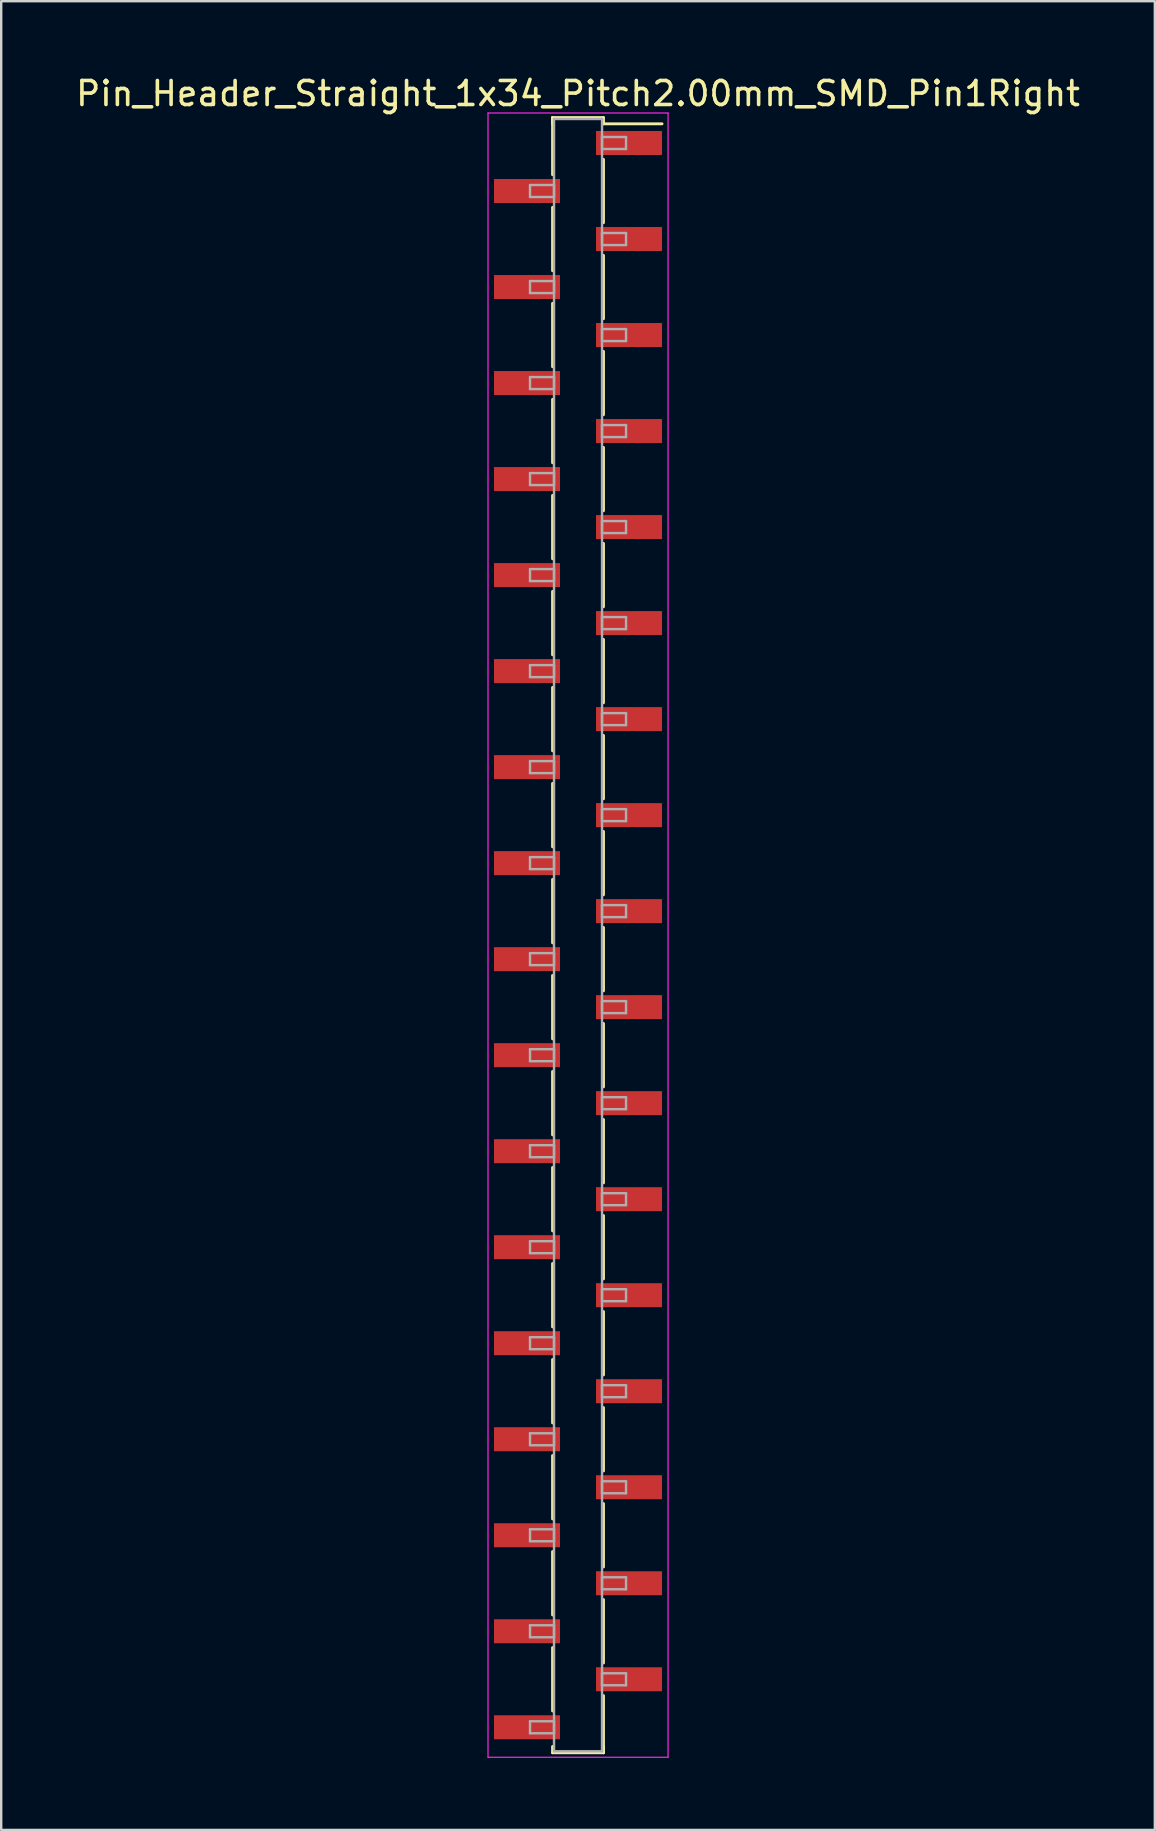
<source format=kicad_pcb>
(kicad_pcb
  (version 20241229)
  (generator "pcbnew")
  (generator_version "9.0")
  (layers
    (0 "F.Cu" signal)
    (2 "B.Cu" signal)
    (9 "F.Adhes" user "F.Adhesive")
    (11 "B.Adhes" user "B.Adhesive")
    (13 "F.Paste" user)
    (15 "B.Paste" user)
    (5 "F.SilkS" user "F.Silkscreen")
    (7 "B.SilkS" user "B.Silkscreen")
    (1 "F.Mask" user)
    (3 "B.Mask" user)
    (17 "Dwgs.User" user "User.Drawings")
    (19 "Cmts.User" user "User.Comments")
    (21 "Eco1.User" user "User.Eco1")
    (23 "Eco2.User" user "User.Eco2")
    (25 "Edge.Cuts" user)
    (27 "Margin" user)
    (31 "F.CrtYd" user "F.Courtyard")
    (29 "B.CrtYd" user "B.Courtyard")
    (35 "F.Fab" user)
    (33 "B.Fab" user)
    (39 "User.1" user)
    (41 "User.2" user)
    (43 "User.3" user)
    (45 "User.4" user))
  (footprint "Pin_Header_Straight_1x34_Pitch2.00mm_SMD_Pin1Right"
    (layer "F.Cu")
    (at 21.03 35.908)
    (property "Reference" "Pin_Header_Straight_1x34_Pitch2.00mm_SMD_Pin1Right" (at 0 -35.06 0) (layer "F.SilkS") (effects (font (size 1 1) (thickness 0.15))))
    (attr smd)
    (fp_line (start -1.06 -34.06) (end -1.06 -31.68) (stroke (width 0.12) (type solid)) (layer "F.SilkS"))
    (fp_line (start -1.06 -34.06) (end 1.06 -34.06) (stroke (width 0.12) (type solid)) (layer "F.SilkS"))
    (fp_line (start -1.06 -33.8) (end -1.06 -34.06) (stroke (width 0.12) (type solid)) (layer "F.SilkS"))
    (fp_line (start -1.06 -30.32) (end -1.06 -27.68) (stroke (width 0.12) (type solid)) (layer "F.SilkS"))
    (fp_line (start -1.06 -26.32) (end -1.06 -23.68) (stroke (width 0.12) (type solid)) (layer "F.SilkS"))
    (fp_line (start -1.06 -22.32) (end -1.06 -19.68) (stroke (width 0.12) (type solid)) (layer "F.SilkS"))
    (fp_line (start -1.06 -18.32) (end -1.06 -15.68) (stroke (width 0.12) (type solid)) (layer "F.SilkS"))
    (fp_line (start -1.06 -14.32) (end -1.06 -11.68) (stroke (width 0.12) (type solid)) (layer "F.SilkS"))
    (fp_line (start -1.06 -10.32) (end -1.06 -7.68) (stroke (width 0.12) (type solid)) (layer "F.SilkS"))
    (fp_line (start -1.06 -6.32) (end -1.06 -3.68) (stroke (width 0.12) (type solid)) (layer "F.SilkS"))
    (fp_line (start -1.06 -2.32) (end -1.06 0.32) (stroke (width 0.12) (type solid)) (layer "F.SilkS"))
    (fp_line (start -1.06 1.68) (end -1.06 4.32) (stroke (width 0.12) (type solid)) (layer "F.SilkS"))
    (fp_line (start -1.06 5.68) (end -1.06 8.32) (stroke (width 0.12) (type solid)) (layer "F.SilkS"))
    (fp_line (start -1.06 9.68) (end -1.06 12.32) (stroke (width 0.12) (type solid)) (layer "F.SilkS"))
    (fp_line (start -1.06 13.68) (end -1.06 16.32) (stroke (width 0.12) (type solid)) (layer "F.SilkS"))
    (fp_line (start -1.06 17.68) (end -1.06 20.32) (stroke (width 0.12) (type solid)) (layer "F.SilkS"))
    (fp_line (start -1.06 21.68) (end -1.06 24.32) (stroke (width 0.12) (type solid)) (layer "F.SilkS"))
    (fp_line (start -1.06 25.68) (end -1.06 28.32) (stroke (width 0.12) (type solid)) (layer "F.SilkS"))
    (fp_line (start -1.06 29.68) (end -1.06 32.32) (stroke (width 0.12) (type solid)) (layer "F.SilkS"))
    (fp_line (start -1.06 33.8) (end -1.06 34.06) (stroke (width 0.12) (type solid)) (layer "F.SilkS"))
    (fp_line (start -1.06 34.06) (end 1.06 34.06) (stroke (width 0.12) (type solid)) (layer "F.SilkS"))
    (fp_line (start 1.06 -34.06) (end 1.06 -33.8) (stroke (width 0.12) (type solid)) (layer "F.SilkS"))
    (fp_line (start 1.06 -33.8) (end 3.5 -33.8) (stroke (width 0.12) (type solid)) (layer "F.SilkS"))
    (fp_line (start 1.06 -32.32) (end 1.06 -29.68) (stroke (width 0.12) (type solid)) (layer "F.SilkS"))
    (fp_line (start 1.06 -28.32) (end 1.06 -25.68) (stroke (width 0.12) (type solid)) (layer "F.SilkS"))
    (fp_line (start 1.06 -24.32) (end 1.06 -21.68) (stroke (width 0.12) (type solid)) (layer "F.SilkS"))
    (fp_line (start 1.06 -20.32) (end 1.06 -17.68) (stroke (width 0.12) (type solid)) (layer "F.SilkS"))
    (fp_line (start 1.06 -16.32) (end 1.06 -13.68) (stroke (width 0.12) (type solid)) (layer "F.SilkS"))
    (fp_line (start 1.06 -12.32) (end 1.06 -9.68) (stroke (width 0.12) (type solid)) (layer "F.SilkS"))
    (fp_line (start 1.06 -8.32) (end 1.06 -5.68) (stroke (width 0.12) (type solid)) (layer "F.SilkS"))
    (fp_line (start 1.06 -4.32) (end 1.06 -1.68) (stroke (width 0.12) (type solid)) (layer "F.SilkS"))
    (fp_line (start 1.06 -0.32) (end 1.06 2.32) (stroke (width 0.12) (type solid)) (layer "F.SilkS"))
    (fp_line (start 1.06 3.68) (end 1.06 6.32) (stroke (width 0.12) (type solid)) (layer "F.SilkS"))
    (fp_line (start 1.06 7.68) (end 1.06 10.32) (stroke (width 0.12) (type solid)) (layer "F.SilkS"))
    (fp_line (start 1.06 11.68) (end 1.06 14.32) (stroke (width 0.12) (type solid)) (layer "F.SilkS"))
    (fp_line (start 1.06 15.68) (end 1.06 18.32) (stroke (width 0.12) (type solid)) (layer "F.SilkS"))
    (fp_line (start 1.06 19.68) (end 1.06 22.32) (stroke (width 0.12) (type solid)) (layer "F.SilkS"))
    (fp_line (start 1.06 23.68) (end 1.06 26.32) (stroke (width 0.12) (type solid)) (layer "F.SilkS"))
    (fp_line (start 1.06 27.68) (end 1.06 30.32) (stroke (width 0.12) (type solid)) (layer "F.SilkS"))
    (fp_line (start 1.06 31.68) (end 1.06 34.06) (stroke (width 0.12) (type solid)) (layer "F.SilkS"))
    (fp_line (start 1.06 34.06) (end 1.06 33.8) (stroke (width 0.12) (type solid)) (layer "F.SilkS"))
    (fp_line (start -3.75 -34.25) (end -3.75 34.25) (stroke (width 0.05) (type solid)) (layer "F.CrtYd"))
    (fp_line (start -3.75 34.25) (end 3.75 34.25) (stroke (width 0.05) (type solid)) (layer "F.CrtYd"))
    (fp_line (start 3.75 -34.25) (end -3.75 -34.25) (stroke (width 0.05) (type solid)) (layer "F.CrtYd"))
    (fp_line (start 3.75 34.25) (end 3.75 -34.25) (stroke (width 0.05) (type solid)) (layer "F.CrtYd"))
    (fp_line (start -2 -31.25) (end -1 -31.25) (stroke (width 0.1) (type solid)) (layer "F.Fab"))
    (fp_line (start -2 -30.75) (end -2 -31.25) (stroke (width 0.1) (type solid)) (layer "F.Fab"))
    (fp_line (start -2 -27.25) (end -1 -27.25) (stroke (width 0.1) (type solid)) (layer "F.Fab"))
    (fp_line (start -2 -26.75) (end -2 -27.25) (stroke (width 0.1) (type solid)) (layer "F.Fab"))
    (fp_line (start -2 -23.25) (end -1 -23.25) (stroke (width 0.1) (type solid)) (layer "F.Fab"))
    (fp_line (start -2 -22.75) (end -2 -23.25) (stroke (width 0.1) (type solid)) (layer "F.Fab"))
    (fp_line (start -2 -19.25) (end -1 -19.25) (stroke (width 0.1) (type solid)) (layer "F.Fab"))
    (fp_line (start -2 -18.75) (end -2 -19.25) (stroke (width 0.1) (type solid)) (layer "F.Fab"))
    (fp_line (start -2 -15.25) (end -1 -15.25) (stroke (width 0.1) (type solid)) (layer "F.Fab"))
    (fp_line (start -2 -14.75) (end -2 -15.25) (stroke (width 0.1) (type solid)) (layer "F.Fab"))
    (fp_line (start -2 -11.25) (end -1 -11.25) (stroke (width 0.1) (type solid)) (layer "F.Fab"))
    (fp_line (start -2 -10.75) (end -2 -11.25) (stroke (width 0.1) (type solid)) (layer "F.Fab"))
    (fp_line (start -2 -7.25) (end -1 -7.25) (stroke (width 0.1) (type solid)) (layer "F.Fab"))
    (fp_line (start -2 -6.75) (end -2 -7.25) (stroke (width 0.1) (type solid)) (layer "F.Fab"))
    (fp_line (start -2 -3.25) (end -1 -3.25) (stroke (width 0.1) (type solid)) (layer "F.Fab"))
    (fp_line (start -2 -2.75) (end -2 -3.25) (stroke (width 0.1) (type solid)) (layer "F.Fab"))
    (fp_line (start -2 0.75) (end -1 0.75) (stroke (width 0.1) (type solid)) (layer "F.Fab"))
    (fp_line (start -2 1.25) (end -2 0.75) (stroke (width 0.1) (type solid)) (layer "F.Fab"))
    (fp_line (start -2 4.75) (end -1 4.75) (stroke (width 0.1) (type solid)) (layer "F.Fab"))
    (fp_line (start -2 5.25) (end -2 4.75) (stroke (width 0.1) (type solid)) (layer "F.Fab"))
    (fp_line (start -2 8.75) (end -1 8.75) (stroke (width 0.1) (type solid)) (layer "F.Fab"))
    (fp_line (start -2 9.25) (end -2 8.75) (stroke (width 0.1) (type solid)) (layer "F.Fab"))
    (fp_line (start -2 12.75) (end -1 12.75) (stroke (width 0.1) (type solid)) (layer "F.Fab"))
    (fp_line (start -2 13.25) (end -2 12.75) (stroke (width 0.1) (type solid)) (layer "F.Fab"))
    (fp_line (start -2 16.75) (end -1 16.75) (stroke (width 0.1) (type solid)) (layer "F.Fab"))
    (fp_line (start -2 17.25) (end -2 16.75) (stroke (width 0.1) (type solid)) (layer "F.Fab"))
    (fp_line (start -2 20.75) (end -1 20.75) (stroke (width 0.1) (type solid)) (layer "F.Fab"))
    (fp_line (start -2 21.25) (end -2 20.75) (stroke (width 0.1) (type solid)) (layer "F.Fab"))
    (fp_line (start -2 24.75) (end -1 24.75) (stroke (width 0.1) (type solid)) (layer "F.Fab"))
    (fp_line (start -2 25.25) (end -2 24.75) (stroke (width 0.1) (type solid)) (layer "F.Fab"))
    (fp_line (start -2 28.75) (end -1 28.75) (stroke (width 0.1) (type solid)) (layer "F.Fab"))
    (fp_line (start -2 29.25) (end -2 28.75) (stroke (width 0.1) (type solid)) (layer "F.Fab"))
    (fp_line (start -2 32.75) (end -1 32.75) (stroke (width 0.1) (type solid)) (layer "F.Fab"))
    (fp_line (start -2 33.25) (end -2 32.75) (stroke (width 0.1) (type solid)) (layer "F.Fab"))
    (fp_line (start -1 -34) (end -1 34) (stroke (width 0.1) (type solid)) (layer "F.Fab"))
    (fp_line (start -1 -31.25) (end -1 -30.75) (stroke (width 0.1) (type solid)) (layer "F.Fab"))
    (fp_line (start -1 -30.75) (end -2 -30.75) (stroke (width 0.1) (type solid)) (layer "F.Fab"))
    (fp_line (start -1 -27.25) (end -1 -26.75) (stroke (width 0.1) (type solid)) (layer "F.Fab"))
    (fp_line (start -1 -26.75) (end -2 -26.75) (stroke (width 0.1) (type solid)) (layer "F.Fab"))
    (fp_line (start -1 -23.25) (end -1 -22.75) (stroke (width 0.1) (type solid)) (layer "F.Fab"))
    (fp_line (start -1 -22.75) (end -2 -22.75) (stroke (width 0.1) (type solid)) (layer "F.Fab"))
    (fp_line (start -1 -19.25) (end -1 -18.75) (stroke (width 0.1) (type solid)) (layer "F.Fab"))
    (fp_line (start -1 -18.75) (end -2 -18.75) (stroke (width 0.1) (type solid)) (layer "F.Fab"))
    (fp_line (start -1 -15.25) (end -1 -14.75) (stroke (width 0.1) (type solid)) (layer "F.Fab"))
    (fp_line (start -1 -14.75) (end -2 -14.75) (stroke (width 0.1) (type solid)) (layer "F.Fab"))
    (fp_line (start -1 -11.25) (end -1 -10.75) (stroke (width 0.1) (type solid)) (layer "F.Fab"))
    (fp_line (start -1 -10.75) (end -2 -10.75) (stroke (width 0.1) (type solid)) (layer "F.Fab"))
    (fp_line (start -1 -7.25) (end -1 -6.75) (stroke (width 0.1) (type solid)) (layer "F.Fab"))
    (fp_line (start -1 -6.75) (end -2 -6.75) (stroke (width 0.1) (type solid)) (layer "F.Fab"))
    (fp_line (start -1 -3.25) (end -1 -2.75) (stroke (width 0.1) (type solid)) (layer "F.Fab"))
    (fp_line (start -1 -2.75) (end -2 -2.75) (stroke (width 0.1) (type solid)) (layer "F.Fab"))
    (fp_line (start -1 0.75) (end -1 1.25) (stroke (width 0.1) (type solid)) (layer "F.Fab"))
    (fp_line (start -1 1.25) (end -2 1.25) (stroke (width 0.1) (type solid)) (layer "F.Fab"))
    (fp_line (start -1 4.75) (end -1 5.25) (stroke (width 0.1) (type solid)) (layer "F.Fab"))
    (fp_line (start -1 5.25) (end -2 5.25) (stroke (width 0.1) (type solid)) (layer "F.Fab"))
    (fp_line (start -1 8.75) (end -1 9.25) (stroke (width 0.1) (type solid)) (layer "F.Fab"))
    (fp_line (start -1 9.25) (end -2 9.25) (stroke (width 0.1) (type solid)) (layer "F.Fab"))
    (fp_line (start -1 12.75) (end -1 13.25) (stroke (width 0.1) (type solid)) (layer "F.Fab"))
    (fp_line (start -1 13.25) (end -2 13.25) (stroke (width 0.1) (type solid)) (layer "F.Fab"))
    (fp_line (start -1 16.75) (end -1 17.25) (stroke (width 0.1) (type solid)) (layer "F.Fab"))
    (fp_line (start -1 17.25) (end -2 17.25) (stroke (width 0.1) (type solid)) (layer "F.Fab"))
    (fp_line (start -1 20.75) (end -1 21.25) (stroke (width 0.1) (type solid)) (layer "F.Fab"))
    (fp_line (start -1 21.25) (end -2 21.25) (stroke (width 0.1) (type solid)) (layer "F.Fab"))
    (fp_line (start -1 24.75) (end -1 25.25) (stroke (width 0.1) (type solid)) (layer "F.Fab"))
    (fp_line (start -1 25.25) (end -2 25.25) (stroke (width 0.1) (type solid)) (layer "F.Fab"))
    (fp_line (start -1 28.75) (end -1 29.25) (stroke (width 0.1) (type solid)) (layer "F.Fab"))
    (fp_line (start -1 29.25) (end -2 29.25) (stroke (width 0.1) (type solid)) (layer "F.Fab"))
    (fp_line (start -1 32.75) (end -1 33.25) (stroke (width 0.1) (type solid)) (layer "F.Fab"))
    (fp_line (start -1 33.25) (end -2 33.25) (stroke (width 0.1) (type solid)) (layer "F.Fab"))
    (fp_line (start -1 34) (end 1 34) (stroke (width 0.1) (type solid)) (layer "F.Fab"))
    (fp_line (start 1 -34) (end -1 -34) (stroke (width 0.1) (type solid)) (layer "F.Fab"))
    (fp_line (start 1 -33.25) (end 1 -32.75) (stroke (width 0.1) (type solid)) (layer "F.Fab"))
    (fp_line (start 1 -32.75) (end 2 -32.75) (stroke (width 0.1) (type solid)) (layer "F.Fab"))
    (fp_line (start 1 -29.25) (end 1 -28.75) (stroke (width 0.1) (type solid)) (layer "F.Fab"))
    (fp_line (start 1 -28.75) (end 2 -28.75) (stroke (width 0.1) (type solid)) (layer "F.Fab"))
    (fp_line (start 1 -25.25) (end 1 -24.75) (stroke (width 0.1) (type solid)) (layer "F.Fab"))
    (fp_line (start 1 -24.75) (end 2 -24.75) (stroke (width 0.1) (type solid)) (layer "F.Fab"))
    (fp_line (start 1 -21.25) (end 1 -20.75) (stroke (width 0.1) (type solid)) (layer "F.Fab"))
    (fp_line (start 1 -20.75) (end 2 -20.75) (stroke (width 0.1) (type solid)) (layer "F.Fab"))
    (fp_line (start 1 -17.25) (end 1 -16.75) (stroke (width 0.1) (type solid)) (layer "F.Fab"))
    (fp_line (start 1 -16.75) (end 2 -16.75) (stroke (width 0.1) (type solid)) (layer "F.Fab"))
    (fp_line (start 1 -13.25) (end 1 -12.75) (stroke (width 0.1) (type solid)) (layer "F.Fab"))
    (fp_line (start 1 -12.75) (end 2 -12.75) (stroke (width 0.1) (type solid)) (layer "F.Fab"))
    (fp_line (start 1 -9.25) (end 1 -8.75) (stroke (width 0.1) (type solid)) (layer "F.Fab"))
    (fp_line (start 1 -8.75) (end 2 -8.75) (stroke (width 0.1) (type solid)) (layer "F.Fab"))
    (fp_line (start 1 -5.25) (end 1 -4.75) (stroke (width 0.1) (type solid)) (layer "F.Fab"))
    (fp_line (start 1 -4.75) (end 2 -4.75) (stroke (width 0.1) (type solid)) (layer "F.Fab"))
    (fp_line (start 1 -1.25) (end 1 -0.75) (stroke (width 0.1) (type solid)) (layer "F.Fab"))
    (fp_line (start 1 -0.75) (end 2 -0.75) (stroke (width 0.1) (type solid)) (layer "F.Fab"))
    (fp_line (start 1 2.75) (end 1 3.25) (stroke (width 0.1) (type solid)) (layer "F.Fab"))
    (fp_line (start 1 3.25) (end 2 3.25) (stroke (width 0.1) (type solid)) (layer "F.Fab"))
    (fp_line (start 1 6.75) (end 1 7.25) (stroke (width 0.1) (type solid)) (layer "F.Fab"))
    (fp_line (start 1 7.25) (end 2 7.25) (stroke (width 0.1) (type solid)) (layer "F.Fab"))
    (fp_line (start 1 10.75) (end 1 11.25) (stroke (width 0.1) (type solid)) (layer "F.Fab"))
    (fp_line (start 1 11.25) (end 2 11.25) (stroke (width 0.1) (type solid)) (layer "F.Fab"))
    (fp_line (start 1 14.75) (end 1 15.25) (stroke (width 0.1) (type solid)) (layer "F.Fab"))
    (fp_line (start 1 15.25) (end 2 15.25) (stroke (width 0.1) (type solid)) (layer "F.Fab"))
    (fp_line (start 1 18.75) (end 1 19.25) (stroke (width 0.1) (type solid)) (layer "F.Fab"))
    (fp_line (start 1 19.25) (end 2 19.25) (stroke (width 0.1) (type solid)) (layer "F.Fab"))
    (fp_line (start 1 22.75) (end 1 23.25) (stroke (width 0.1) (type solid)) (layer "F.Fab"))
    (fp_line (start 1 23.25) (end 2 23.25) (stroke (width 0.1) (type solid)) (layer "F.Fab"))
    (fp_line (start 1 26.75) (end 1 27.25) (stroke (width 0.1) (type solid)) (layer "F.Fab"))
    (fp_line (start 1 27.25) (end 2 27.25) (stroke (width 0.1) (type solid)) (layer "F.Fab"))
    (fp_line (start 1 30.75) (end 1 31.25) (stroke (width 0.1) (type solid)) (layer "F.Fab"))
    (fp_line (start 1 31.25) (end 2 31.25) (stroke (width 0.1) (type solid)) (layer "F.Fab"))
    (fp_line (start 1 34) (end 1 -34) (stroke (width 0.1) (type solid)) (layer "F.Fab"))
    (fp_line (start 2 -33.25) (end 1 -33.25) (stroke (width 0.1) (type solid)) (layer "F.Fab"))
    (fp_line (start 2 -32.75) (end 2 -33.25) (stroke (width 0.1) (type solid)) (layer "F.Fab"))
    (fp_line (start 2 -29.25) (end 1 -29.25) (stroke (width 0.1) (type solid)) (layer "F.Fab"))
    (fp_line (start 2 -28.75) (end 2 -29.25) (stroke (width 0.1) (type solid)) (layer "F.Fab"))
    (fp_line (start 2 -25.25) (end 1 -25.25) (stroke (width 0.1) (type solid)) (layer "F.Fab"))
    (fp_line (start 2 -24.75) (end 2 -25.25) (stroke (width 0.1) (type solid)) (layer "F.Fab"))
    (fp_line (start 2 -21.25) (end 1 -21.25) (stroke (width 0.1) (type solid)) (layer "F.Fab"))
    (fp_line (start 2 -20.75) (end 2 -21.25) (stroke (width 0.1) (type solid)) (layer "F.Fab"))
    (fp_line (start 2 -17.25) (end 1 -17.25) (stroke (width 0.1) (type solid)) (layer "F.Fab"))
    (fp_line (start 2 -16.75) (end 2 -17.25) (stroke (width 0.1) (type solid)) (layer "F.Fab"))
    (fp_line (start 2 -13.25) (end 1 -13.25) (stroke (width 0.1) (type solid)) (layer "F.Fab"))
    (fp_line (start 2 -12.75) (end 2 -13.25) (stroke (width 0.1) (type solid)) (layer "F.Fab"))
    (fp_line (start 2 -9.25) (end 1 -9.25) (stroke (width 0.1) (type solid)) (layer "F.Fab"))
    (fp_line (start 2 -8.75) (end 2 -9.25) (stroke (width 0.1) (type solid)) (layer "F.Fab"))
    (fp_line (start 2 -5.25) (end 1 -5.25) (stroke (width 0.1) (type solid)) (layer "F.Fab"))
    (fp_line (start 2 -4.75) (end 2 -5.25) (stroke (width 0.1) (type solid)) (layer "F.Fab"))
    (fp_line (start 2 -1.25) (end 1 -1.25) (stroke (width 0.1) (type solid)) (layer "F.Fab"))
    (fp_line (start 2 -0.75) (end 2 -1.25) (stroke (width 0.1) (type solid)) (layer "F.Fab"))
    (fp_line (start 2 2.75) (end 1 2.75) (stroke (width 0.1) (type solid)) (layer "F.Fab"))
    (fp_line (start 2 3.25) (end 2 2.75) (stroke (width 0.1) (type solid)) (layer "F.Fab"))
    (fp_line (start 2 6.75) (end 1 6.75) (stroke (width 0.1) (type solid)) (layer "F.Fab"))
    (fp_line (start 2 7.25) (end 2 6.75) (stroke (width 0.1) (type solid)) (layer "F.Fab"))
    (fp_line (start 2 10.75) (end 1 10.75) (stroke (width 0.1) (type solid)) (layer "F.Fab"))
    (fp_line (start 2 11.25) (end 2 10.75) (stroke (width 0.1) (type solid)) (layer "F.Fab"))
    (fp_line (start 2 14.75) (end 1 14.75) (stroke (width 0.1) (type solid)) (layer "F.Fab"))
    (fp_line (start 2 15.25) (end 2 14.75) (stroke (width 0.1) (type solid)) (layer "F.Fab"))
    (fp_line (start 2 18.75) (end 1 18.75) (stroke (width 0.1) (type solid)) (layer "F.Fab"))
    (fp_line (start 2 19.25) (end 2 18.75) (stroke (width 0.1) (type solid)) (layer "F.Fab"))
    (fp_line (start 2 22.75) (end 1 22.75) (stroke (width 0.1) (type solid)) (layer "F.Fab"))
    (fp_line (start 2 23.25) (end 2 22.75) (stroke (width 0.1) (type solid)) (layer "F.Fab"))
    (fp_line (start 2 26.75) (end 1 26.75) (stroke (width 0.1) (type solid)) (layer "F.Fab"))
    (fp_line (start 2 27.25) (end 2 26.75) (stroke (width 0.1) (type solid)) (layer "F.Fab"))
    (fp_line (start 2 30.75) (end 1 30.75) (stroke (width 0.1) (type solid)) (layer "F.Fab"))
    (fp_line (start 2 31.25) (end 2 30.75) (stroke (width 0.1) (type solid)) (layer "F.Fab"))
    (pad "1" smd rect (at 2.125 -33) (size 2.75 1) (layers "F.Cu" "F.Mask"))
    (pad "2" smd rect (at -2.125 -31) (size 2.75 1) (layers "F.Cu" "F.Mask"))
    (pad "3" smd rect (at 2.125 -29) (size 2.75 1) (layers "F.Cu" "F.Mask"))
    (pad "4" smd rect (at -2.125 -27) (size 2.75 1) (layers "F.Cu" "F.Mask"))
    (pad "5" smd rect (at 2.125 -25) (size 2.75 1) (layers "F.Cu" "F.Mask"))
    (pad "6" smd rect (at -2.125 -23) (size 2.75 1) (layers "F.Cu" "F.Mask"))
    (pad "7" smd rect (at 2.125 -21) (size 2.75 1) (layers "F.Cu" "F.Mask"))
    (pad "8" smd rect (at -2.125 -19) (size 2.75 1) (layers "F.Cu" "F.Mask"))
    (pad "9" smd rect (at 2.125 -17) (size 2.75 1) (layers "F.Cu" "F.Mask"))
    (pad "10" smd rect (at -2.125 -15) (size 2.75 1) (layers "F.Cu" "F.Mask"))
    (pad "11" smd rect (at 2.125 -13) (size 2.75 1) (layers "F.Cu" "F.Mask"))
    (pad "12" smd rect (at -2.125 -11) (size 2.75 1) (layers "F.Cu" "F.Mask"))
    (pad "13" smd rect (at 2.125 -9) (size 2.75 1) (layers "F.Cu" "F.Mask"))
    (pad "14" smd rect (at -2.125 -7) (size 2.75 1) (layers "F.Cu" "F.Mask"))
    (pad "15" smd rect (at 2.125 -5) (size 2.75 1) (layers "F.Cu" "F.Mask"))
    (pad "16" smd rect (at -2.125 -3) (size 2.75 1) (layers "F.Cu" "F.Mask"))
    (pad "17" smd rect (at 2.125 -1) (size 2.75 1) (layers "F.Cu" "F.Mask"))
    (pad "18" smd rect (at -2.125 1) (size 2.75 1) (layers "F.Cu" "F.Mask"))
    (pad "19" smd rect (at 2.125 3) (size 2.75 1) (layers "F.Cu" "F.Mask"))
    (pad "20" smd rect (at -2.125 5) (size 2.75 1) (layers "F.Cu" "F.Mask"))
    (pad "21" smd rect (at 2.125 7) (size 2.75 1) (layers "F.Cu" "F.Mask"))
    (pad "22" smd rect (at -2.125 9) (size 2.75 1) (layers "F.Cu" "F.Mask"))
    (pad "23" smd rect (at 2.125 11) (size 2.75 1) (layers "F.Cu" "F.Mask"))
    (pad "24" smd rect (at -2.125 13) (size 2.75 1) (layers "F.Cu" "F.Mask"))
    (pad "25" smd rect (at 2.125 15) (size 2.75 1) (layers "F.Cu" "F.Mask"))
    (pad "26" smd rect (at -2.125 17) (size 2.75 1) (layers "F.Cu" "F.Mask"))
    (pad "27" smd rect (at 2.125 19) (size 2.75 1) (layers "F.Cu" "F.Mask"))
    (pad "28" smd rect (at -2.125 21) (size 2.75 1) (layers "F.Cu" "F.Mask"))
    (pad "29" smd rect (at 2.125 23) (size 2.75 1) (layers "F.Cu" "F.Mask"))
    (pad "30" smd rect (at -2.125 25) (size 2.75 1) (layers "F.Cu" "F.Mask"))
    (pad "31" smd rect (at 2.125 27) (size 2.75 1) (layers "F.Cu" "F.Mask"))
    (pad "32" smd rect (at -2.125 29) (size 2.75 1) (layers "F.Cu" "F.Mask"))
    (pad "33" smd rect (at 2.125 31) (size 2.75 1) (layers "F.Cu" "F.Mask"))
    (pad "34" smd rect (at -2.125 33) (size 2.75 1) (layers "F.Cu" "F.Mask")))
  (gr_rect
    (start -3 -3)
    (end 45.06 73.183)
    (stroke (width 0.1) (type default))
    (fill no)
    (layer "Edge.Cuts")))
</source>
